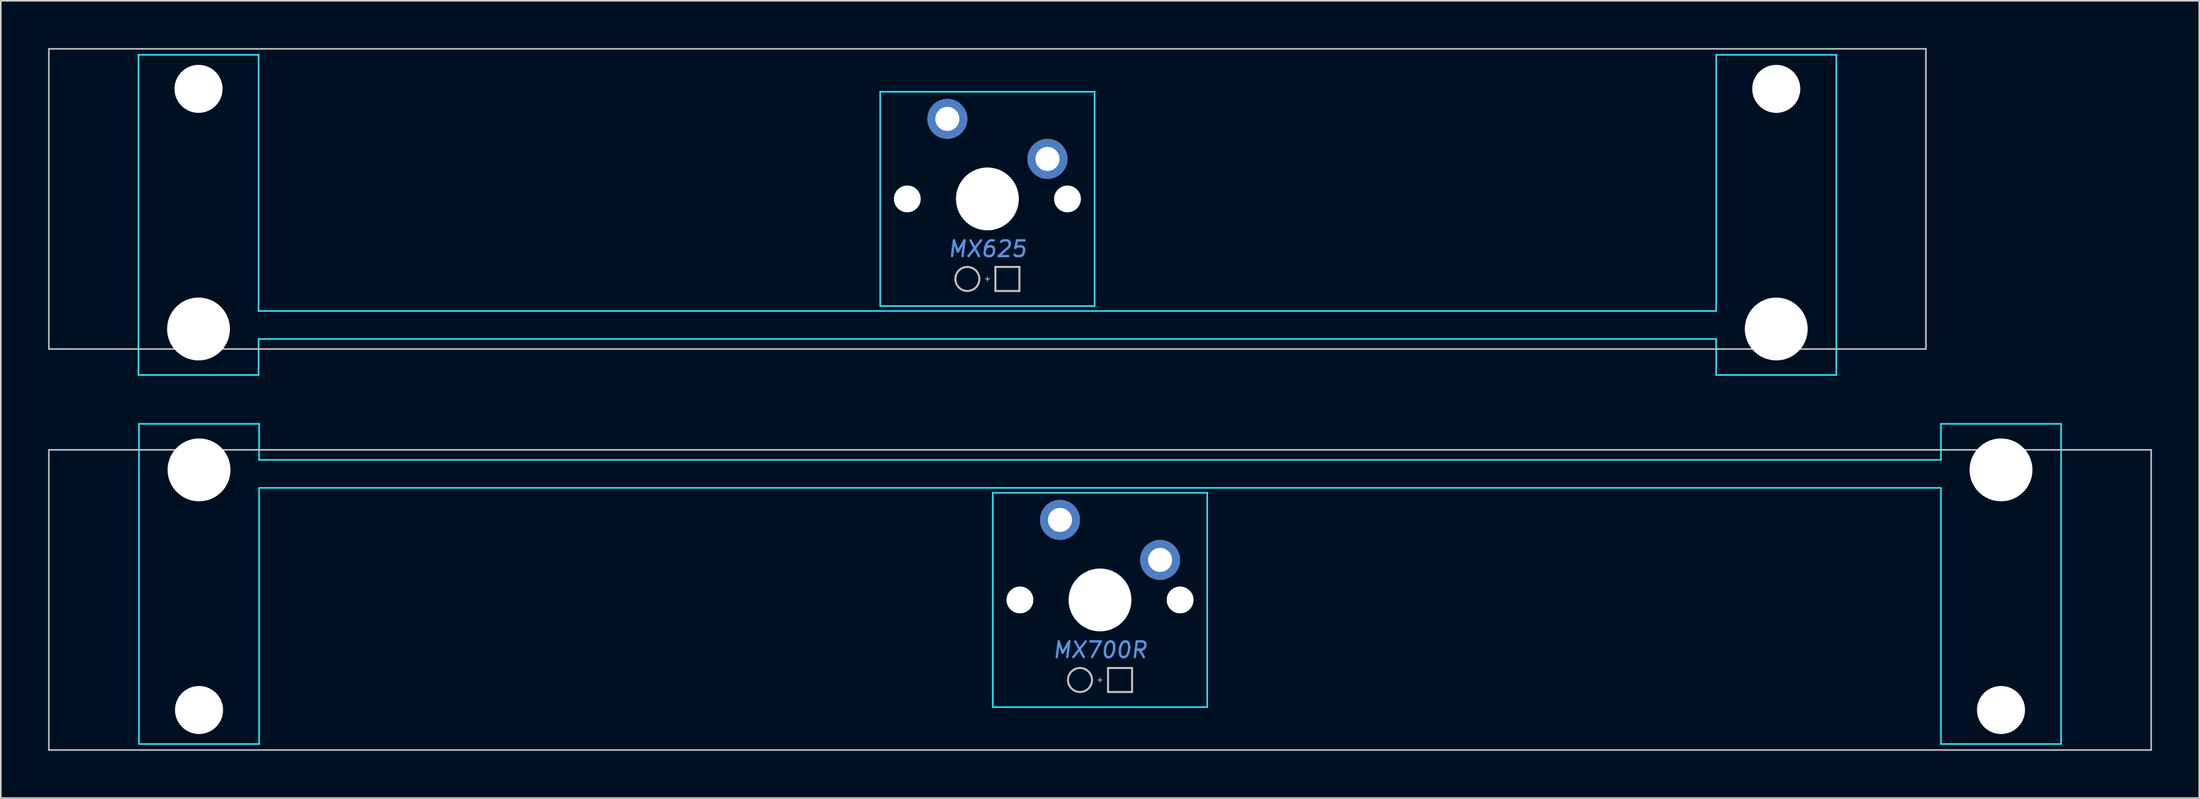
<source format=kicad_pcb>
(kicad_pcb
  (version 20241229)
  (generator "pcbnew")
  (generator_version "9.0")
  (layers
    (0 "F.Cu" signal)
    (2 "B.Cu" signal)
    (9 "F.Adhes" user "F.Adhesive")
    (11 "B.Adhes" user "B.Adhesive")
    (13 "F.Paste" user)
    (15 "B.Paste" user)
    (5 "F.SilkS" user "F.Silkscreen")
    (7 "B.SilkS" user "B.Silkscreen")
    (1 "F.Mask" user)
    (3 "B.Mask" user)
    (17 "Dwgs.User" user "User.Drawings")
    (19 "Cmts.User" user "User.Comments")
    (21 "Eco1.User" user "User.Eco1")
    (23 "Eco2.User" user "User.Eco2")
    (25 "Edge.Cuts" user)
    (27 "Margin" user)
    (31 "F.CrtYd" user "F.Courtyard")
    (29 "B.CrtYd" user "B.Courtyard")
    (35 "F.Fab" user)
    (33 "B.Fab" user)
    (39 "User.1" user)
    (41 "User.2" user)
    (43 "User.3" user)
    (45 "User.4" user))
  (footprint "MX625"
    (layer "F.Cu")
    (at 59.581 9.575)
    (property "Reference" "MX625" (at 0 3.175 0) (layer "Cmts.User") (effects (font (size 1 1) (thickness 0.15) (italic yes))))
    (attr through_hole)
    (fp_line (start -59.531 -9.525) (end -59.531 9.525) (stroke (width 0.1) (type solid)) (layer "Dwgs.User"))
    (fp_line (start -59.531 -9.525) (end 59.531 -9.525) (stroke (width 0.1) (type solid)) (layer "Dwgs.User"))
    (fp_line (start -59.531 9.525) (end 59.531 9.525) (stroke (width 0.1) (type solid)) (layer "Dwgs.User"))
    (fp_line (start -0.127 5.08) (end 0.127 5.08) (stroke (width 0.051) (type solid)) (layer "Dwgs.User"))
    (fp_line (start 0 5.207) (end 0 4.953) (stroke (width 0.051) (type solid)) (layer "Dwgs.User"))
    (fp_line (start 0.508 4.318) (end 0.508 5.842) (stroke (width 0.127) (type solid)) (layer "Dwgs.User"))
    (fp_line (start 0.508 4.318) (end 2.032 4.318) (stroke (width 0.127) (type solid)) (layer "Dwgs.User"))
    (fp_line (start 0.508 5.842) (end 2.032 5.842) (stroke (width 0.127) (type solid)) (layer "Dwgs.User"))
    (fp_line (start 2.032 5.842) (end 2.032 4.318) (stroke (width 0.127) (type solid)) (layer "Dwgs.User"))
    (fp_line (start 59.531 -9.525) (end 59.531 9.525) (stroke (width 0.1) (type solid)) (layer "Dwgs.User"))
    (fp_circle (center -1.27 5.08) (end -0.508 5.08) (stroke (width 0.127) (type solid)) (fill no) (layer "Dwgs.User"))
    (fp_line (start -53.538 -5.485) (end -53.538 8.515) (stroke (width 0.1) (type solid)) (layer "Eco1.User"))
    (fp_line (start -53.038 -5.985) (end -47.038 -5.985) (stroke (width 0.1) (type solid)) (layer "Eco1.User"))
    (fp_line (start -47.038 9.015) (end -53.038 9.015) (stroke (width 0.1) (type solid)) (layer "Eco1.User"))
    (fp_line (start -46.538 8.515) (end -46.538 -5.485) (stroke (width 0.1) (type solid)) (layer "Eco1.User"))
    (fp_line (start -7 -6.5) (end -7 6.5) (stroke (width 0.1) (type solid)) (layer "Eco1.User"))
    (fp_line (start -6.5 7) (end 6.5 7) (stroke (width 0.1) (type solid)) (layer "Eco1.User"))
    (fp_line (start 6.5 -7) (end -6.5 -7) (stroke (width 0.1) (type solid)) (layer "Eco1.User"))
    (fp_line (start 7 6.5) (end 7 -6.5) (stroke (width 0.1) (type solid)) (layer "Eco1.User"))
    (fp_line (start 46.538 -5.485) (end 46.538 8.515) (stroke (width 0.1) (type solid)) (layer "Eco1.User"))
    (fp_line (start 47.038 -5.985) (end 53.038 -5.985) (stroke (width 0.1) (type solid)) (layer "Eco1.User"))
    (fp_line (start 53.038 9.015) (end 47.038 9.015) (stroke (width 0.1) (type solid)) (layer "Eco1.User"))
    (fp_line (start 53.538 8.515) (end 53.538 -5.485) (stroke (width 0.1) (type solid)) (layer "Eco1.User"))
    (fp_arc (start -53.538 -5.485) (mid -53.391553 -5.838553) (end -53.038 -5.985) (stroke (width 0.1) (type solid)) (layer "Eco1.User"))
    (fp_arc (start -53.038 9.015) (mid -53.391553 8.868553) (end -53.538 8.515) (stroke (width 0.1) (type solid)) (layer "Eco1.User"))
    (fp_arc (start -47.038 -5.985) (mid -46.684447 -5.838553) (end -46.538 -5.485) (stroke (width 0.1) (type solid)) (layer "Eco1.User"))
    (fp_arc (start -46.538 8.515) (mid -46.684447 8.868553) (end -47.038 9.015) (stroke (width 0.1) (type solid)) (layer "Eco1.User"))
    (fp_arc (start -7 -6.5) (mid -6.853553 -6.853553) (end -6.5 -7) (stroke (width 0.1) (type solid)) (layer "Eco1.User"))
    (fp_arc (start -6.5 7) (mid -6.853553 6.853553) (end -7 6.5) (stroke (width 0.1) (type solid)) (layer "Eco1.User"))
    (fp_arc (start 6.5 -7) (mid 6.853553 -6.853553) (end 7 -6.5) (stroke (width 0.1) (type solid)) (layer "Eco1.User"))
    (fp_arc (start 7 6.5) (mid 6.853553 6.853553) (end 6.5 7) (stroke (width 0.1) (type solid)) (layer "Eco1.User"))
    (fp_arc (start 46.538 -5.485) (mid 46.684447 -5.838553) (end 47.038 -5.985) (stroke (width 0.1) (type solid)) (layer "Eco1.User"))
    (fp_arc (start 47.038 9.015) (mid 46.684447 8.868553) (end 46.538 8.515) (stroke (width 0.1) (type solid)) (layer "Eco1.User"))
    (fp_arc (start 53.038 -5.985) (mid 53.391553 -5.838553) (end 53.538 -5.485) (stroke (width 0.1) (type solid)) (layer "Eco1.User"))
    (fp_arc (start 53.538 8.515) (mid 53.391553 8.868553) (end 53.038 9.015) (stroke (width 0.1) (type solid)) (layer "Eco1.User"))
    (fp_line (start -53.848 -9.144) (end -53.848 11.176) (stroke (width 0.1) (type solid)) (layer "B.CrtYd"))
    (fp_line (start -53.848 -9.144) (end -46.228 -9.144) (stroke (width 0.1) (type solid)) (layer "B.CrtYd"))
    (fp_line (start -53.848 11.176) (end -46.228 11.176) (stroke (width 0.1) (type solid)) (layer "B.CrtYd"))
    (fp_line (start -46.228 7.112) (end -46.228 -9.144) (stroke (width 0.1) (type solid)) (layer "B.CrtYd"))
    (fp_line (start -46.228 7.112) (end 46.228 7.112) (stroke (width 0.1) (type solid)) (layer "B.CrtYd"))
    (fp_line (start -46.228 8.89) (end -46.228 11.176) (stroke (width 0.1) (type solid)) (layer "B.CrtYd"))
    (fp_line (start -46.228 8.89) (end 46.228 8.89) (stroke (width 0.1) (type solid)) (layer "B.CrtYd"))
    (fp_line (start -6.8 -6.8) (end -6.8 6.8) (stroke (width 0.1) (type solid)) (layer "B.CrtYd"))
    (fp_line (start -6.8 -6.8) (end 6.8 -6.8) (stroke (width 0.1) (type solid)) (layer "B.CrtYd"))
    (fp_line (start -6.8 6.8) (end 6.8 6.8) (stroke (width 0.1) (type solid)) (layer "B.CrtYd"))
    (fp_line (start 6.8 6.8) (end 6.8 -6.8) (stroke (width 0.1) (type solid)) (layer "B.CrtYd"))
    (fp_line (start 46.228 -9.144) (end 53.848 -9.144) (stroke (width 0.1) (type solid)) (layer "B.CrtYd"))
    (fp_line (start 46.228 7.112) (end 46.228 -9.144) (stroke (width 0.1) (type solid)) (layer "B.CrtYd"))
    (fp_line (start 46.228 8.89) (end 46.228 11.176) (stroke (width 0.1) (type solid)) (layer "B.CrtYd"))
    (fp_line (start 46.228 11.176) (end 53.848 11.176) (stroke (width 0.1) (type solid)) (layer "B.CrtYd"))
    (fp_line (start 53.848 -9.144) (end 53.848 11.176) (stroke (width 0.1) (type solid)) (layer "B.CrtYd"))
    (pad "" np_thru_hole circle (at -50.038 -6.985 180) (size 3.048 3.048) (drill 3.048) (layers "*.Cu" "*.Mask"))
    (pad "" np_thru_hole circle (at -50.038 8.255 180) (size 3.988 3.988) (drill 3.988) (layers "*.Cu" "*.Mask"))
    (pad "" np_thru_hole circle (at -5.08 0) (size 1.702 1.702) (drill 1.702) (layers "*.Cu" "*.Mask"))
    (pad "" np_thru_hole circle (at 0 0) (size 3.988 3.988) (drill 3.988) (layers "*.Cu" "*.Mask"))
    (pad "" np_thru_hole circle (at 5.08 0) (size 1.702 1.702) (drill 1.702) (layers "*.Cu" "*.Mask"))
    (pad "" np_thru_hole circle (at 50.038 -6.985 180) (size 3.048 3.048) (drill 3.048) (layers "*.Cu" "*.Mask"))
    (pad "" np_thru_hole circle (at 50.038 8.255 180) (size 3.988 3.988) (drill 3.988) (layers "*.Cu" "*.Mask"))
    (pad "1" thru_hole circle (at 3.81 -2.54) (size 2.54 2.54) (drill 1.524) (layers "*.Cu" "*.Mask"))
    (pad "2" thru_hole circle (at -2.54 -5.08) (size 2.54 2.54) (drill 1.524) (layers "*.Cu" "*.Mask")))
  (footprint "MX700R"
    (layer "F.Cu")
    (at 66.725 35.027)
    (property "Reference" "MX700R" (at 0 3.175 0) (layer "Cmts.User") (effects (font (size 1 1) (thickness 0.15) (italic yes))))
    (attr through_hole)
    (fp_line (start -66.675 -9.525) (end -66.675 9.525) (stroke (width 0.1) (type solid)) (layer "Dwgs.User"))
    (fp_line (start -66.675 -9.525) (end 66.675 -9.525) (stroke (width 0.1) (type solid)) (layer "Dwgs.User"))
    (fp_line (start -66.675 9.525) (end 66.675 9.525) (stroke (width 0.1) (type solid)) (layer "Dwgs.User"))
    (fp_line (start -0.127 5.08) (end 0.127 5.08) (stroke (width 0.051) (type solid)) (layer "Dwgs.User"))
    (fp_line (start 0 4.953) (end 0 5.207) (stroke (width 0.051) (type solid)) (layer "Dwgs.User"))
    (fp_line (start 0.508 4.318) (end 0.508 5.842) (stroke (width 0.127) (type solid)) (layer "Dwgs.User"))
    (fp_line (start 0.508 4.318) (end 2.032 4.318) (stroke (width 0.127) (type solid)) (layer "Dwgs.User"))
    (fp_line (start 0.508 5.842) (end 2.032 5.842) (stroke (width 0.127) (type solid)) (layer "Dwgs.User"))
    (fp_line (start 2.032 5.842) (end 2.032 4.318) (stroke (width 0.127) (type solid)) (layer "Dwgs.User"))
    (fp_line (start 66.675 -9.525) (end 66.675 9.525) (stroke (width 0.1) (type solid)) (layer "Dwgs.User"))
    (fp_circle (center -1.27 5.08) (end -0.508 5.08) (stroke (width 0.127) (type solid)) (fill no) (layer "Dwgs.User"))
    (fp_line (start -60.65 -5.485) (end -60.65 8.515) (stroke (width 0.1) (type solid)) (layer "Eco1.User"))
    (fp_line (start -60.15 -5.985) (end -54.15 -5.985) (stroke (width 0.1) (type solid)) (layer "Eco1.User"))
    (fp_line (start -54.15 9.015) (end -60.15 9.015) (stroke (width 0.1) (type solid)) (layer "Eco1.User"))
    (fp_line (start -53.65 8.515) (end -53.65 -5.485) (stroke (width 0.1) (type solid)) (layer "Eco1.User"))
    (fp_line (start -7 -6.5) (end -7 6.5) (stroke (width 0.1) (type solid)) (layer "Eco1.User"))
    (fp_line (start -6.5 7) (end 6.5 7) (stroke (width 0.1) (type solid)) (layer "Eco1.User"))
    (fp_line (start 6.5 -7) (end -6.5 -7) (stroke (width 0.1) (type solid)) (layer "Eco1.User"))
    (fp_line (start 7 6.5) (end 7 -6.5) (stroke (width 0.1) (type solid)) (layer "Eco1.User"))
    (fp_line (start 53.65 -5.485) (end 53.65 8.515) (stroke (width 0.1) (type solid)) (layer "Eco1.User"))
    (fp_line (start 54.15 -5.985) (end 60.15 -5.985) (stroke (width 0.1) (type solid)) (layer "Eco1.User"))
    (fp_line (start 60.15 9.015) (end 54.15 9.015) (stroke (width 0.1) (type solid)) (layer "Eco1.User"))
    (fp_line (start 60.65 8.515) (end 60.65 -5.485) (stroke (width 0.1) (type solid)) (layer "Eco1.User"))
    (fp_arc (start -60.65 -5.485) (mid -60.503553 -5.838553) (end -60.15 -5.985) (stroke (width 0.1) (type solid)) (layer "Eco1.User"))
    (fp_arc (start -60.15 9.015) (mid -60.503553 8.868553) (end -60.65 8.515) (stroke (width 0.1) (type solid)) (layer "Eco1.User"))
    (fp_arc (start -54.15 -5.985) (mid -53.796447 -5.838553) (end -53.65 -5.485) (stroke (width 0.1) (type solid)) (layer "Eco1.User"))
    (fp_arc (start -53.65 8.515) (mid -53.796447 8.868553) (end -54.15 9.015) (stroke (width 0.1) (type solid)) (layer "Eco1.User"))
    (fp_arc (start -7 -6.5) (mid -6.853553 -6.853553) (end -6.5 -7) (stroke (width 0.1) (type solid)) (layer "Eco1.User"))
    (fp_arc (start -6.5 7) (mid -6.853553 6.853553) (end -7 6.5) (stroke (width 0.1) (type solid)) (layer "Eco1.User"))
    (fp_arc (start 6.5 -7) (mid 6.853553 -6.853553) (end 7 -6.5) (stroke (width 0.1) (type solid)) (layer "Eco1.User"))
    (fp_arc (start 7 6.5) (mid 6.853553 6.853553) (end 6.5 7) (stroke (width 0.1) (type solid)) (layer "Eco1.User"))
    (fp_arc (start 53.65 -5.485) (mid 53.796447 -5.838553) (end 54.15 -5.985) (stroke (width 0.1) (type solid)) (layer "Eco1.User"))
    (fp_arc (start 54.15 9.015) (mid 53.796447 8.868553) (end 53.65 8.515) (stroke (width 0.1) (type solid)) (layer "Eco1.User"))
    (fp_arc (start 60.15 -5.985) (mid 60.503553 -5.838553) (end 60.65 -5.485) (stroke (width 0.1) (type solid)) (layer "Eco1.User"))
    (fp_arc (start 60.65 8.515) (mid 60.503553 8.868553) (end 60.15 9.015) (stroke (width 0.1) (type solid)) (layer "Eco1.User"))
    (fp_line (start -60.96 9.144) (end -60.96 -11.176) (stroke (width 0.1) (type solid)) (layer "B.CrtYd"))
    (fp_line (start -53.34 -11.176) (end -60.96 -11.176) (stroke (width 0.1) (type solid)) (layer "B.CrtYd"))
    (fp_line (start -53.34 -8.89) (end -53.34 -11.176) (stroke (width 0.1) (type solid)) (layer "B.CrtYd"))
    (fp_line (start -53.34 -7.112) (end -53.34 9.144) (stroke (width 0.1) (type solid)) (layer "B.CrtYd"))
    (fp_line (start -53.34 9.144) (end -60.96 9.144) (stroke (width 0.1) (type solid)) (layer "B.CrtYd"))
    (fp_line (start -6.8 -6.8) (end -6.8 6.8) (stroke (width 0.1) (type solid)) (layer "B.CrtYd"))
    (fp_line (start -6.8 -6.8) (end 6.8 -6.8) (stroke (width 0.1) (type solid)) (layer "B.CrtYd"))
    (fp_line (start -6.8 6.8) (end 6.8 6.8) (stroke (width 0.1) (type solid)) (layer "B.CrtYd"))
    (fp_line (start 6.8 6.8) (end 6.8 -6.8) (stroke (width 0.1) (type solid)) (layer "B.CrtYd"))
    (fp_line (start 53.34 -8.89) (end -53.34 -8.89) (stroke (width 0.1) (type solid)) (layer "B.CrtYd"))
    (fp_line (start 53.34 -8.89) (end 53.34 -11.176) (stroke (width 0.1) (type solid)) (layer "B.CrtYd"))
    (fp_line (start 53.34 -7.112) (end -53.34 -7.112) (stroke (width 0.1) (type solid)) (layer "B.CrtYd"))
    (fp_line (start 53.34 -7.112) (end 53.34 9.144) (stroke (width 0.1) (type solid)) (layer "B.CrtYd"))
    (fp_line (start 60.96 -11.176) (end 53.34 -11.176) (stroke (width 0.1) (type solid)) (layer "B.CrtYd"))
    (fp_line (start 60.96 9.144) (end 53.34 9.144) (stroke (width 0.1) (type solid)) (layer "B.CrtYd"))
    (fp_line (start 60.96 9.144) (end 60.96 -11.176) (stroke (width 0.1) (type solid)) (layer "B.CrtYd"))
    (pad "" np_thru_hole circle (at -57.15 -8.255) (size 3.988 3.988) (drill 3.988) (layers "*.Cu" "*.Mask"))
    (pad "" np_thru_hole circle (at -57.15 6.985) (size 3.048 3.048) (drill 3.048) (layers "*.Cu" "*.Mask"))
    (pad "" np_thru_hole circle (at -5.08 0) (size 1.702 1.702) (drill 1.702) (layers "*.Cu" "*.Mask"))
    (pad "" np_thru_hole circle (at 0 0) (size 3.988 3.988) (drill 3.988) (layers "*.Cu" "*.Mask"))
    (pad "" np_thru_hole circle (at 5.08 0) (size 1.702 1.702) (drill 1.702) (layers "*.Cu" "*.Mask"))
    (pad "" np_thru_hole circle (at 57.15 -8.255) (size 3.988 3.988) (drill 3.988) (layers "*.Cu" "*.Mask"))
    (pad "" np_thru_hole circle (at 57.15 6.985) (size 3.048 3.048) (drill 3.048) (layers "*.Cu" "*.Mask"))
    (pad "1" thru_hole circle (at 3.81 -2.54) (size 2.54 2.54) (drill 1.524) (layers "*.Cu" "*.Mask"))
    (pad "2" thru_hole circle (at -2.54 -5.08) (size 2.54 2.54) (drill 1.524) (layers "*.Cu" "*.Mask")))
  (gr_rect
    (start -3 -3)
    (end 136.45 47.602)
    (stroke (width 0.1) (type default))
    (fill no)
    (layer "Edge.Cuts")))
</source>
